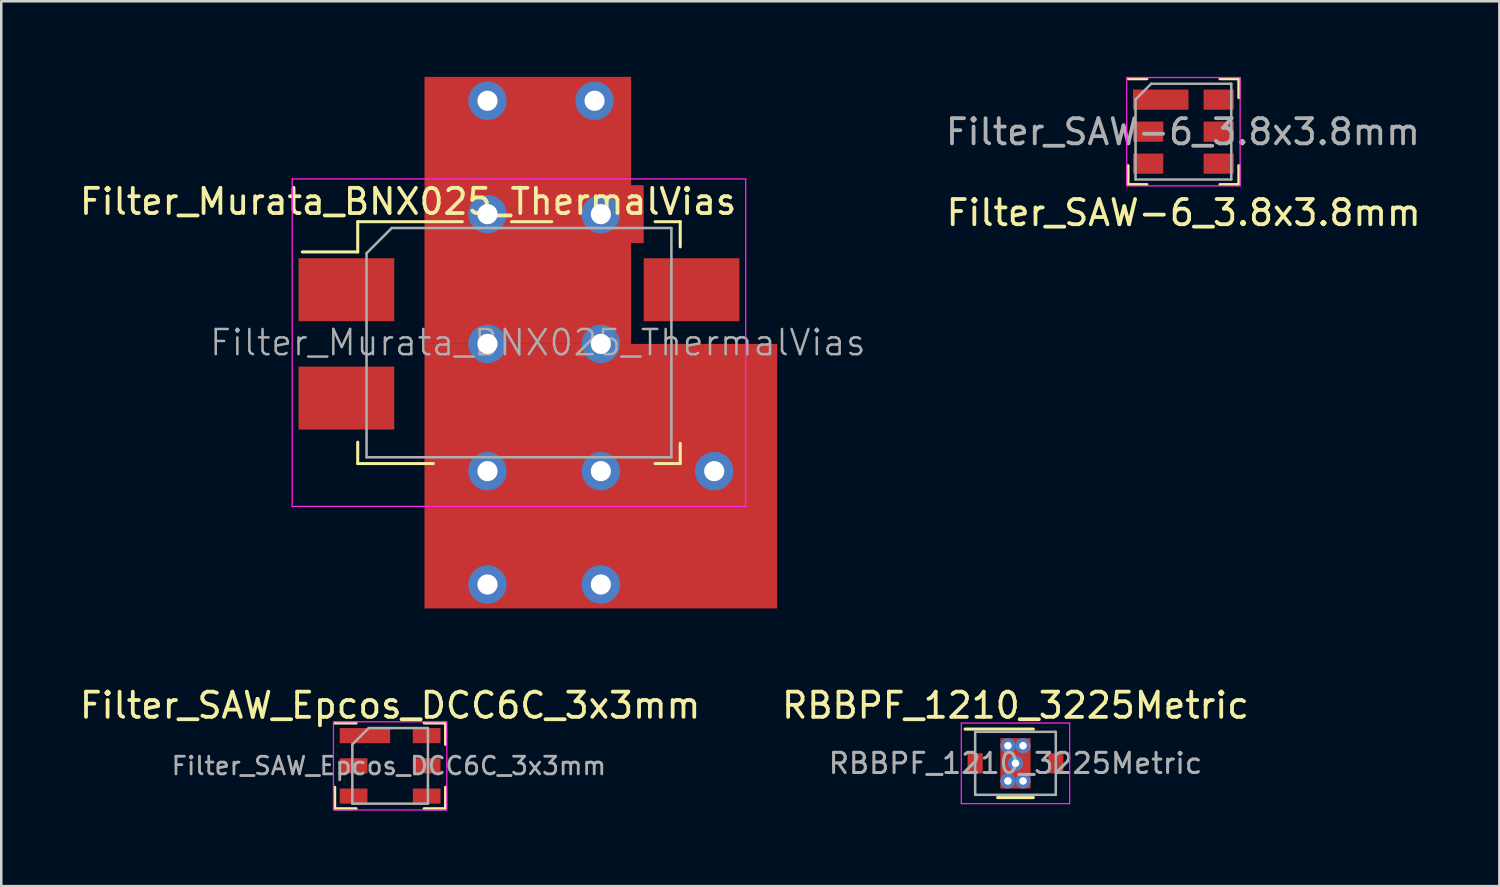
<source format=kicad_pcb>
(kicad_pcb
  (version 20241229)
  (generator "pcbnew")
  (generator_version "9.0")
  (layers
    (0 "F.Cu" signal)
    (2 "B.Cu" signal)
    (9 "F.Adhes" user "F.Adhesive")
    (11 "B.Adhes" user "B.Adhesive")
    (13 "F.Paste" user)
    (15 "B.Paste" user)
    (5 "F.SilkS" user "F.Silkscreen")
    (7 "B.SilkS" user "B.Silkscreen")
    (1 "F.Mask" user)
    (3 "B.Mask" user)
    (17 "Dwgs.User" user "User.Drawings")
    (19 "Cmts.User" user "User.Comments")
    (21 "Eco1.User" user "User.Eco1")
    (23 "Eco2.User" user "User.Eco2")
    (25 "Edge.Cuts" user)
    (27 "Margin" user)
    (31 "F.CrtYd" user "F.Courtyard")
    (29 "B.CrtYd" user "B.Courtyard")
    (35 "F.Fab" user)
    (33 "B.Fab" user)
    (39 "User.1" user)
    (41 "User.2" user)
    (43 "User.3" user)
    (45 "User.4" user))
  (footprint "Filter_SAW_Epcos_DCC6C_3x3mm"
    (layer "F.Cu")
    (at 12.435 27.348)
    (property "Reference" "Filter_SAW_Epcos_DCC6C_3x3mm" (at 0 -2.4 0) (unlocked yes) (layer "F.SilkS") (effects (font (size 1 1) (thickness 0.15))))
    (attr smd)
    (fp_line (start -2.2 -1.7) (end -1.35 -1.7) (stroke (width 0.12) (type solid)) (layer "F.SilkS"))
    (fp_line (start -2.2 1.7) (end -2.2 0.85) (stroke (width 0.12) (type solid)) (layer "F.SilkS"))
    (fp_line (start -1.35 1.7) (end -2.2 1.7) (stroke (width 0.12) (type solid)) (layer "F.SilkS"))
    (fp_line (start 2.2 -1.7) (end 1.35 -1.7) (stroke (width 0.12) (type solid)) (layer "F.SilkS"))
    (fp_line (start 2.2 -1.7) (end 2.2 -0.85) (stroke (width 0.12) (type solid)) (layer "F.SilkS"))
    (fp_line (start 2.2 1.7) (end 1.35 1.7) (stroke (width 0.12) (type solid)) (layer "F.SilkS"))
    (fp_line (start 2.2 1.7) (end 2.2 0.85) (stroke (width 0.12) (type solid)) (layer "F.SilkS"))
    (fp_rect (start 2.25 1.75) (end -2.25 -1.75) (stroke (width 0.05) (type solid)) (fill no) (layer "F.CrtYd"))
    (fp_line (start -1.5 -0.85) (end -0.85 -1.5) (stroke (width 0.1) (type solid)) (layer "F.Fab"))
    (fp_line (start -1.5 1.5) (end -1.5 -0.85) (stroke (width 0.1) (type solid)) (layer "F.Fab"))
    (fp_line (start -0.85 -1.5) (end 1.5 -1.5) (stroke (width 0.1) (type solid)) (layer "F.Fab"))
    (fp_line (start 1.5 -1.5) (end 1.5 1.5) (stroke (width 0.1) (type solid)) (layer "F.Fab"))
    (fp_line (start 1.5 1.5) (end -1.5 1.5) (stroke (width 0.1) (type solid)) (layer "F.Fab"))
    (fp_text user "${REFERENCE}" (at -0.05 0 0) (unlocked yes) (layer "F.Fab") (effects (font (size 0.7 0.7) (thickness 0.11))))
    (pad "1" smd rect (at -1 -1.2) (size 2 0.6) (layers "F.Cu" "F.Mask" "F.Paste"))
    (pad "2" smd rect (at -1.45 0) (size 1.1 0.6) (layers "F.Cu" "F.Mask" "F.Paste"))
    (pad "3" smd rect (at -1.45 1.2) (size 1.1 0.6) (layers "F.Cu" "F.Mask" "F.Paste"))
    (pad "4" smd rect (at 1.45 1.2) (size 1.1 0.6) (layers "F.Cu" "F.Mask" "F.Paste"))
    (pad "5" smd rect (at 1.45 0) (size 1.1 0.6) (layers "F.Cu" "F.Mask" "F.Paste"))
    (pad "6" smd rect (at 1.45 -1.2) (size 1.1 0.6) (layers "F.Cu" "F.Mask" "F.Paste")))
  (footprint "RBBPF_1210_3225Metric"
    (layer "F.Cu")
    (at 37.256 27.248)
    (property "Reference" "RBBPF_1210_3225Metric" (at 0 -2.3 0) (layer "F.SilkS") (effects (font (size 1 1) (thickness 0.15))))
    (attr smd)
    (fp_line (start -2 -1.36) (end 0.711 -1.36) (stroke (width 0.12) (type solid)) (layer "F.SilkS"))
    (fp_line (start -0.711 1.36) (end 0.711 1.36) (stroke (width 0.12) (type solid)) (layer "F.SilkS"))
    (fp_line (start -2.15 -1.6) (end 2.15 -1.6) (stroke (width 0.05) (type solid)) (layer "F.CrtYd"))
    (fp_line (start -2.15 1.6) (end -2.15 -1.6) (stroke (width 0.05) (type solid)) (layer "F.CrtYd"))
    (fp_line (start 2.15 -1.6) (end 2.15 1.6) (stroke (width 0.05) (type solid)) (layer "F.CrtYd"))
    (fp_line (start 2.15 1.6) (end -2.15 1.6) (stroke (width 0.05) (type solid)) (layer "F.CrtYd"))
    (fp_line (start -1.6 -1.25) (end 1.6 -1.25) (stroke (width 0.1) (type solid)) (layer "F.Fab"))
    (fp_line (start -1.6 1.25) (end -1.6 -1.25) (stroke (width 0.1) (type solid)) (layer "F.Fab"))
    (fp_line (start 1.6 -1.25) (end 1.6 1.25) (stroke (width 0.1) (type solid)) (layer "F.Fab"))
    (fp_line (start 1.6 1.25) (end -1.6 1.25) (stroke (width 0.1) (type solid)) (layer "F.Fab"))
    (fp_text user "${REFERENCE}" (at 0 0 0) (layer "F.Fab") (effects (font (size 0.8 0.8) (thickness 0.12))))
    (pad "1" smd rect (at -1.6 0) (size 0.6 0.8) (layers "F.Cu" "F.Mask" "F.Paste"))
    (pad "2" smd rect (at 1.6 0) (size 0.6 0.8) (layers "F.Cu" "F.Mask" "F.Paste"))
    (pad "3" thru_hole circle (at -0.3 -0.7) (size 0.6 0.6) (drill 0.3) (layers "*.Cu"))
    (pad "3" thru_hole circle (at -0.3 0.7) (size 0.6 0.6) (drill 0.3) (layers "*.Cu"))
    (pad "3" thru_hole circle (at 0 0) (size 0.6 0.6) (drill 0.3) (layers "*.Cu"))
    (pad "3" smd rect (at 0 0) (size 1.2 2) (layers "F.Cu" "F.Mask" "F.Paste"))
    (pad "3" thru_hole circle (at 0.3 -0.7) (size 0.6 0.6) (drill 0.3) (layers "*.Cu" "*.Mask"))
    (pad "3" thru_hole circle (at 0.3 0.7) (size 0.6 0.6) (drill 0.3) (layers "*.Cu")))
  (footprint "Filter_Murata_BNX025_ThermalVias"
    (layer "F.Cu")
    (at 17.549 10.6)
    (property "Reference" "Filter_Murata_BNX025_ThermalVias" (at -4.4 -5.65 180) (layer "F.SilkS") (effects (font (size 1 1) (thickness 0.15))))
    (attr smd)
    (fp_line (start -6.4 -3.65) (end -8.6 -3.65) (stroke (width 0.12) (type solid)) (layer "F.SilkS"))
    (fp_line (start -6.4 -3.65) (end -6.4 -4.85) (stroke (width 0.12) (type solid)) (layer "F.SilkS"))
    (fp_line (start -6.4 4.75) (end -6.4 3.9) (stroke (width 0.12) (type solid)) (layer "F.SilkS"))
    (fp_line (start -3.4 4.75) (end -6.4 4.75) (stroke (width 0.12) (type solid)) (layer "F.SilkS"))
    (fp_line (start -2.25 -4.85) (end -6.4 -4.85) (stroke (width 0.12) (type solid)) (layer "F.SilkS"))
    (fp_line (start 1.3 -4.85) (end -0.3 -4.85) (stroke (width 0.12) (type solid)) (layer "F.SilkS"))
    (fp_line (start 5.4 4.75) (end 6.4 4.75) (stroke (width 0.12) (type solid)) (layer "F.SilkS"))
    (fp_line (start 6.4 -4.85) (end 5.4 -4.85) (stroke (width 0.12) (type solid)) (layer "F.SilkS"))
    (fp_line (start 6.4 -3.85) (end 6.4 -4.85) (stroke (width 0.12) (type solid)) (layer "F.SilkS"))
    (fp_line (start 6.4 4.75) (end 6.4 3.95) (stroke (width 0.12) (type solid)) (layer "F.SilkS"))
    (fp_line (start -9 -6.55) (end -9 6.45) (stroke (width 0.05) (type solid)) (layer "F.CrtYd"))
    (fp_line (start -9 -6.55) (end 9 -6.55) (stroke (width 0.05) (type solid)) (layer "F.CrtYd"))
    (fp_line (start 9 6.45) (end -9 6.45) (stroke (width 0.05) (type solid)) (layer "F.CrtYd"))
    (fp_line (start 9 6.45) (end 9 -6.55) (stroke (width 0.05) (type solid)) (layer "F.CrtYd"))
    (fp_line (start -6.05 4.5) (end -6.05 -3.6) (stroke (width 0.1) (type solid)) (layer "F.Fab"))
    (fp_line (start -5.05 -4.6) (end -6.05 -3.6) (stroke (width 0.1) (type solid)) (layer "F.Fab"))
    (fp_line (start -5.05 -4.6) (end 6.05 -4.6) (stroke (width 0.1) (type solid)) (layer "F.Fab"))
    (fp_line (start 6.05 -4.6) (end 6.05 4.5) (stroke (width 0.1) (type solid)) (layer "F.Fab"))
    (fp_line (start 6.05 4.5) (end -6.05 4.5) (stroke (width 0.1) (type solid)) (layer "F.Fab"))
    (fp_text user "${REFERENCE}" (at 0.75 -0.05 0) (layer "F.Fab") (effects (font (size 1 1) (thickness 0.1))))
    (pad "1" smd rect (at -6.85 -2.15) (size 3.8 2.5) (layers "F.Cu" "F.Mask" "F.Paste"))
    (pad "2" smd rect (at 6.85 -2.15) (size 3.8 2.5) (layers "F.Cu" "F.Mask" "F.Paste"))
    (pad "3" smd rect (at -6.85 2.15) (size 3.8 2.5) (layers "F.Cu" "F.Mask" "F.Paste"))
    (pad "4" thru_hole circle (at -1.25 -9.65) (size 1.524 1.524) (drill 0.8) (layers "*.Cu"))
    (pad "4" thru_hole circle (at -1.25 -5.15) (size 1.524 1.524) (drill 0.8) (layers "*.Cu"))
    (pad "4" thru_hole circle (at -1.25 0) (size 1.524 1.524) (drill 0.8) (layers "*.Cu"))
    (pad "4" thru_hole circle (at -1.25 5.05) (size 1.524 1.524) (drill 0.8) (layers "*.Cu"))
    (pad "4" thru_hole circle (at -1.25 9.55) (size 1.524 1.524) (drill 0.8) (layers "*.Cu"))
    (pad "4" smd rect (at 0.35 -5.3) (size 8.2 10.6) (layers "F.Cu"))
    (pad "4" smd rect (at 1 5.05) (size 7.9 2.3) (layers "F.Cu" "F.Mask" "F.Paste"))
    (pad "4" thru_hole circle (at 3 -9.65) (size 1.524 1.524) (drill 0.8) (layers "*.Cu"))
    (pad "4" thru_hole circle (at 3.25 -5.15) (size 1.524 1.524) (drill 0.8) (layers "*.Cu"))
    (pad "4" smd rect (at 3.25 -5.15) (size 3.4 2.3) (layers "F.Cu" "F.Mask" "F.Paste"))
    (pad "4" thru_hole circle (at 3.25 0) (size 1.524 1.524) (drill 0.8) (layers "*.Cu"))
    (pad "4" thru_hole circle (at 3.25 5.05) (size 1.524 1.524) (drill 0.8) (layers "*.Cu"))
    (pad "4" smd rect (at 3.25 5.25) (size 14 10.5) (layers "F.Cu"))
    (pad "4" thru_hole circle (at 3.25 9.55) (size 1.524 1.524) (drill 0.8) (layers "*.Cu"))
    (pad "4" smd rect (at 6.85 2.15) (size 3.8 2.5) (layers "F.Cu" "F.Mask" "F.Paste"))
    (pad "4" thru_hole circle (at 7.75 5.05) (size 1.524 1.524) (drill 0.8) (layers "*.Cu")))
  (footprint "Filter_SAW-6_3.8x3.8mm"
    (layer "F.Cu")
    (at 43.922 2.175)
    (property "Reference" "Filter_SAW-6_3.8x3.8mm" (at 0.01 3.22 0) (layer "F.SilkS") (effects (font (size 1 1) (thickness 0.15))))
    (attr smd)
    (fp_line (start -2.2 -2.1) (end -1.45 -2.1) (stroke (width 0.12) (type solid)) (layer "F.SilkS"))
    (fp_line (start -2.2 2.1) (end -2.2 1.35) (stroke (width 0.12) (type solid)) (layer "F.SilkS"))
    (fp_line (start -2.2 2.1) (end -1.45 2.1) (stroke (width 0.12) (type solid)) (layer "F.SilkS"))
    (fp_line (start 2.2 -2.1) (end 1.45 -2.1) (stroke (width 0.12) (type solid)) (layer "F.SilkS"))
    (fp_line (start 2.2 -2.1) (end 2.2 -1.35) (stroke (width 0.12) (type solid)) (layer "F.SilkS"))
    (fp_line (start 2.2 2.1) (end 1.45 2.1) (stroke (width 0.12) (type solid)) (layer "F.SilkS"))
    (fp_line (start 2.2 2.1) (end 2.2 1.35) (stroke (width 0.12) (type solid)) (layer "F.SilkS"))
    (fp_line (start -2.25 -2.15) (end 2.25 -2.15) (stroke (width 0.05) (type solid)) (layer "F.CrtYd"))
    (fp_line (start -2.25 2.15) (end -2.25 -2.15) (stroke (width 0.05) (type solid)) (layer "F.CrtYd"))
    (fp_line (start 2.25 -2.15) (end 2.25 2.15) (stroke (width 0.05) (type solid)) (layer "F.CrtYd"))
    (fp_line (start 2.25 2.15) (end -2.25 2.15) (stroke (width 0.05) (type solid)) (layer "F.CrtYd"))
    (fp_line (start -1.9 1.9) (end -1.9 -1.28) (stroke (width 0.1) (type solid)) (layer "F.Fab"))
    (fp_line (start -1.28 -1.9) (end -1.9 -1.28) (stroke (width 0.1) (type solid)) (layer "F.Fab"))
    (fp_line (start -1.28 -1.9) (end 1.9 -1.9) (stroke (width 0.1) (type solid)) (layer "F.Fab"))
    (fp_line (start 1.9 -1.9) (end 1.9 1.9) (stroke (width 0.1) (type solid)) (layer "F.Fab"))
    (fp_line (start 1.9 1.9) (end -1.9 1.9) (stroke (width 0.1) (type solid)) (layer "F.Fab"))
    (fp_text user "${REFERENCE}" (at -0.02 0.01 0) (layer "F.Fab") (effects (font (size 1 1) (thickness 0.15))))
    (pad "1" smd rect (at -0.9 -1.27) (size 2.2 0.8) (layers "F.Cu" "F.Mask" "F.Paste"))
    (pad "2" smd rect (at -1.4 0) (size 1.2 0.8) (layers "F.Cu" "F.Mask" "F.Paste"))
    (pad "3" smd rect (at -1.4 1.27) (size 1.2 0.8) (layers "F.Cu" "F.Mask" "F.Paste"))
    (pad "4" smd rect (at 1.4 1.27) (size 1.2 0.8) (layers "F.Cu" "F.Mask" "F.Paste"))
    (pad "5" smd rect (at 1.4 0) (size 1.2 0.8) (layers "F.Cu" "F.Mask" "F.Paste"))
    (pad "6" smd rect (at 1.4 -1.27) (size 1.2 0.8) (layers "F.Cu" "F.Mask" "F.Paste")))
  (gr_rect
    (start -3 -3)
    (end 56.462 32.123)
    (stroke (width 0.1) (type default))
    (fill no)
    (layer "Edge.Cuts")))
</source>
